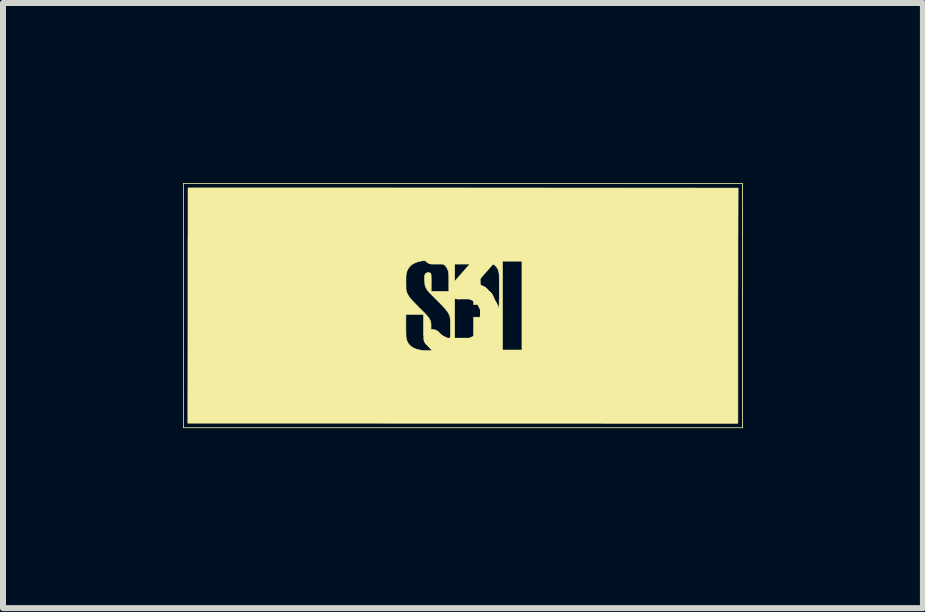
<source format=kicad_pcb>
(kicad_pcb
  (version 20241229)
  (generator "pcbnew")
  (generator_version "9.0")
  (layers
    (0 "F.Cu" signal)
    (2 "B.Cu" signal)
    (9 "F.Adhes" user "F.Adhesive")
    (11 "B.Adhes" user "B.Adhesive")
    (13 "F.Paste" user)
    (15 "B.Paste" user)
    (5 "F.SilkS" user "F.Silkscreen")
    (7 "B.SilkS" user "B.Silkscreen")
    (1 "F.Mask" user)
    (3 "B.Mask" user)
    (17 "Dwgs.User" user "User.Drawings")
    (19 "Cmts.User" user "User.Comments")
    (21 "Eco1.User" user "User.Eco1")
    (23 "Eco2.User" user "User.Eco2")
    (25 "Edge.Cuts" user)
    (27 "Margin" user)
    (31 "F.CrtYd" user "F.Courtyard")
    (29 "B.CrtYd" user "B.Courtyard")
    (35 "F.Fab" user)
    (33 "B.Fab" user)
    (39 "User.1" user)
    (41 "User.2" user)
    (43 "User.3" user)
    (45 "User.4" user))
  (footprint "3"
    (layer "F.Cu")
    (at 4.665 2.042)
    (property "Reference" "3" (at 0 0 0) (layer "F.SilkS") (effects (font (size 1.524 1.524) (thickness 0.3))))
    (attr through_hole)
    (fp_poly (pts (xy 4.663 2.039) (xy -4.66 2.039) (xy -4.66 -2.034) (xy -4.658 -2.034) (xy -4.658 2.037) (xy 4.66 2.037) (xy 4.66 -2.034) (xy -4.658 -2.034) (xy -4.66 -2.034) (xy -4.66 -2.037) (xy 4.663 -2.037) (xy 4.663 2.039)) (stroke (width 0.01) (type solid)) (fill yes) (layer "F.SilkS"))
    (fp_poly (pts (xy 0.19 -0.528) (xy 0.201 -0.527) (xy 0.215 -0.525) (xy 0.229 -0.522) (xy 0.242 -0.519) (xy 0.25 -0.516) (xy 0.264 -0.508) (xy 0.275 -0.496) (xy 0.284 -0.482) (xy 0.286 -0.477) (xy 0.286 -0.472) (xy 0.287 -0.462) (xy 0.288 -0.448) (xy 0.288 -0.43) (xy 0.289 -0.41) (xy 0.289 -0.387) (xy 0.29 -0.361) (xy 0.29 -0.335) (xy 0.29 -0.307) (xy 0.29 -0.278) (xy 0.29 -0.25) (xy 0.29 -0.221) (xy 0.29 -0.194) (xy 0.289 -0.168) (xy 0.289 -0.144) (xy 0.289 -0.122) (xy 0.288 -0.103) (xy 0.288 -0.087) (xy 0.287 -0.075) (xy 0.286 -0.068) (xy 0.286 -0.066) (xy 0.278 -0.051) (xy 0.266 -0.038) (xy 0.25 -0.028) (xy 0.232 -0.02) (xy 0.21 -0.016) (xy 0.194 -0.015) (xy 0.18 -0.015) (xy 0.18 -0.528) (xy 0.19 -0.528)) (stroke (width 0.01) (type solid)) (fill yes) (layer "F.SilkS"))
    (fp_poly (pts (xy -4.18 -1.96) (xy -4.119 -1.96) (xy -4.054 -1.96) (xy -3.985 -1.96) (xy -3.912 -1.96) (xy -3.835 -1.96) (xy -3.755 -1.96) (xy -3.671 -1.96) (xy -3.584 -1.96) (xy -3.493 -1.96) (xy -3.399 -1.96) (xy -3.302 -1.96) (xy -3.201 -1.96) (xy -3.098 -1.96) (xy -2.991 -1.96) (xy -2.882 -1.96) (xy -2.769 -1.96) (xy -2.654 -1.96) (xy -2.537 -1.96) (xy -2.416 -1.96) (xy -2.294 -1.96) (xy -2.168 -1.96) (xy -2.041 -1.96) (xy -1.911 -1.96) (xy -1.779 -1.96) (xy -1.644 -1.96) (xy -1.508 -1.96) (xy -1.37 -1.96) (xy -1.23 -1.96) (xy -1.088 -1.959) (xy -0.944 -1.959) (xy -0.799 -1.959) (xy -0.652 -1.959) (xy -0.504 -1.959) (xy -0.354 -1.959) (xy -0.203 -1.959) (xy -0.051 -1.959) (xy 0.004 -1.959) (xy 4.588 -1.957) (xy 4.586 -1.397) (xy 4.586 -1.359) (xy 4.586 -1.316) (xy 4.586 -1.269) (xy 4.586 -1.217) (xy 4.585 -1.161) (xy 4.585 -1.101) (xy 4.585 -1.038) (xy 4.585 -0.971) (xy 4.585 -0.901) (xy 4.585 -0.827) (xy 4.585 -0.751) (xy 4.585 -0.673) (xy 4.585 -0.592) (xy 4.585 -0.509) (xy 4.585 -0.425) (xy 4.585 -0.339) (xy 4.584 -0.251) (xy 4.584 -0.162) (xy 4.584 -0.073) (xy 4.584 0.017) (xy 4.584 0.108) (xy 4.584 0.199) (xy 4.584 0.29) (xy 4.584 0.38) (xy 4.584 0.47) (xy 4.584 0.559) (xy 4.584 1.963) (xy 2.566 1.963) (xy 2.464 1.963) (xy 2.357 1.963) (xy 2.246 1.962) (xy 2.131 1.962) (xy 2.011 1.962) (xy 1.888 1.962) (xy 1.761 1.962) (xy 1.631 1.962) (xy 1.497 1.962) (xy 1.361 1.962) (xy 1.223 1.962) (xy 1.082 1.962) (xy 0.939 1.962) (xy 0.795 1.962) (xy 0.649 1.962) (xy 0.501 1.962) (xy 0.353 1.962) (xy 0.204 1.962) (xy 0.054 1.962) (xy -0.096 1.962) (xy -0.246 1.962) (xy -0.395 1.962) (xy -0.544 1.962) (xy -0.692 1.962) (xy -0.84 1.962) (xy -0.985 1.962) (xy -1.13 1.962) (xy -1.272 1.962) (xy -1.413 1.961) (xy -1.551 1.961) (xy -1.686 1.961) (xy -1.819 1.961) (xy -1.949 1.961) (xy -2.018 1.961) (xy -4.584 1.961) (xy -4.582 0.147) (xy -0.95 0.147) (xy -0.95 0.321) (xy -0.95 0.359) (xy -0.95 0.392) (xy -0.95 0.421) (xy -0.949 0.446) (xy -0.949 0.467) (xy -0.948 0.486) (xy -0.948 0.501) (xy -0.947 0.515) (xy -0.946 0.526) (xy -0.945 0.536) (xy -0.944 0.545) (xy -0.942 0.553) (xy -0.941 0.56) (xy -0.93 0.593) (xy -0.916 0.622) (xy -0.898 0.649) (xy -0.875 0.672) (xy -0.849 0.693) (xy -0.818 0.711) (xy -0.783 0.725) (xy -0.744 0.737) (xy -0.74 0.738) (xy -0.723 0.741) (xy -0.703 0.745) (xy -0.682 0.748) (xy -0.661 0.751) (xy -0.644 0.753) (xy -0.631 0.753) (xy -0.614 0.754) (xy -0.594 0.754) (xy -0.572 0.753) (xy -0.55 0.752) (xy -0.528 0.751) (xy -0.508 0.75) (xy -0.491 0.749) (xy -0.477 0.747) (xy -0.476 0.747) (xy -0.445 0.742) (xy -0.137 0.742) (xy 0.18 0.742) (xy 0.18 0.196) (xy 0.251 0.195) (xy 0.298 0.193) (xy 0.34 0.191) (xy 0.378 0.187) (xy 0.412 0.182) (xy 0.442 0.175) (xy 0.469 0.168) (xy 0.493 0.158) (xy 0.513 0.148) (xy 0.531 0.135) (xy 0.547 0.121) (xy 0.56 0.105) (xy 0.568 0.094) (xy 0.582 0.068) (xy 0.593 0.038) (xy 0.601 0.006) (xy 0.604 -0.015) (xy 0.605 -0.022) (xy 0.605 -0.033) (xy 0.606 -0.048) (xy 0.606 -0.067) (xy 0.606 -0.089) (xy 0.607 -0.115) (xy 0.607 -0.142) (xy 0.607 -0.171) (xy 0.607 -0.202) (xy 0.607 -0.234) (xy 0.607 -0.266) (xy 0.607 -0.299) (xy 0.607 -0.331) (xy 0.607 -0.362) (xy 0.607 -0.392) (xy 0.607 -0.42) (xy 0.606 -0.446) (xy 0.606 -0.47) (xy 0.606 -0.49) (xy 0.605 -0.507) (xy 0.605 -0.519) (xy 0.604 -0.528) (xy 0.604 -0.53) (xy 0.598 -0.564) (xy 0.588 -0.595) (xy 0.575 -0.622) (xy 0.558 -0.646) (xy 0.539 -0.667) (xy 0.516 -0.683) (xy 0.504 -0.689) (xy 0.474 -0.702) (xy 0.439 -0.713) (xy 0.399 -0.722) (xy 0.355 -0.729) (xy 0.305 -0.734) (xy 0.277 -0.737) (xy 0.267 -0.737) (xy 0.253 -0.737) (xy 0.235 -0.738) (xy 0.213 -0.738) (xy 0.189 -0.738) (xy 0.162 -0.739) (xy 0.133 -0.739) (xy 0.102 -0.739) (xy 0.071 -0.739) (xy 0.049 -0.739) (xy -0.137 -0.739) (xy 0.66 -0.739) (xy 0.66 0.742) (xy 0.985 0.742) (xy 0.985 -0.739) (xy 0.66 -0.739) (xy -0.137 -0.739) (xy -0.137 0.742) (xy -0.445 0.742) (xy -0.443 0.741) (xy -0.414 0.734) (xy -0.387 0.726) (xy -0.383 0.725) (xy -0.348 0.71) (xy -0.316 0.691) (xy -0.288 0.67) (xy -0.264 0.645) (xy -0.244 0.618) (xy -0.229 0.587) (xy -0.217 0.555) (xy -0.216 0.551) (xy -0.214 0.541) (xy -0.212 0.532) (xy -0.21 0.523) (xy -0.209 0.513) (xy -0.208 0.501) (xy -0.207 0.488) (xy -0.207 0.473) (xy -0.206 0.454) (xy -0.206 0.433) (xy -0.206 0.407) (xy -0.206 0.377) (xy -0.206 0.367) (xy -0.206 0.333) (xy -0.206 0.304) (xy -0.206 0.278) (xy -0.207 0.256) (xy -0.208 0.237) (xy -0.21 0.221) (xy -0.212 0.207) (xy -0.214 0.194) (xy -0.217 0.182) (xy -0.221 0.17) (xy -0.226 0.159) (xy -0.231 0.147) (xy -0.236 0.136) (xy -0.242 0.125) (xy -0.248 0.114) (xy -0.255 0.103) (xy -0.264 0.092) (xy -0.273 0.079) (xy -0.284 0.065) (xy -0.297 0.05) (xy -0.312 0.034) (xy -0.33 0.015) (xy -0.35 -0.006) (xy -0.372 -0.029) (xy -0.398 -0.055) (xy -0.427 -0.085) (xy -0.448 -0.105) (xy -0.476 -0.133) (xy -0.501 -0.158) (xy -0.523 -0.181) (xy -0.542 -0.2) (xy -0.557 -0.216) (xy -0.569 -0.229) (xy -0.577 -0.239) (xy -0.581 -0.244) (xy -0.597 -0.265) (xy -0.609 -0.285) (xy -0.618 -0.303) (xy -0.625 -0.322) (xy -0.625 -0.322) (xy -0.628 -0.329) (xy -0.63 -0.335) (xy -0.631 -0.342) (xy -0.632 -0.35) (xy -0.633 -0.36) (xy -0.634 -0.373) (xy -0.635 -0.389) (xy -0.636 -0.407) (xy -0.638 -0.434) (xy -0.638 -0.457) (xy -0.638 -0.476) (xy -0.637 -0.492) (xy -0.634 -0.505) (xy -0.631 -0.515) (xy -0.626 -0.524) (xy -0.621 -0.531) (xy -0.616 -0.535) (xy -0.605 -0.542) (xy -0.591 -0.547) (xy -0.575 -0.548) (xy -0.561 -0.546) (xy -0.548 -0.541) (xy -0.546 -0.54) (xy -0.542 -0.538) (xy -0.539 -0.535) (xy -0.536 -0.533) (xy -0.534 -0.53) (xy -0.533 -0.525) (xy -0.531 -0.519) (xy -0.53 -0.512) (xy -0.529 -0.502) (xy -0.529 -0.489) (xy -0.529 -0.473) (xy -0.528 -0.453) (xy -0.528 -0.43) (xy -0.528 -0.402) (xy -0.528 -0.375) (xy -0.528 -0.234) (xy -0.234 -0.234) (xy -0.234 -0.378) (xy -0.234 -0.412) (xy -0.234 -0.441) (xy -0.234 -0.465) (xy -0.234 -0.486) (xy -0.235 -0.504) (xy -0.235 -0.519) (xy -0.236 -0.532) (xy -0.237 -0.543) (xy -0.239 -0.552) (xy -0.24 -0.561) (xy -0.242 -0.569) (xy -0.245 -0.577) (xy -0.247 -0.584) (xy -0.259 -0.615) (xy -0.276 -0.642) (xy -0.296 -0.667) (xy -0.321 -0.688) (xy -0.349 -0.706) (xy -0.381 -0.721) (xy -0.418 -0.733) (xy -0.458 -0.742) (xy -0.488 -0.747) (xy -0.53 -0.75) (xy -0.575 -0.751) (xy -0.619 -0.75) (xy -0.662 -0.746) (xy -0.704 -0.74) (xy -0.737 -0.733) (xy -0.774 -0.721) (xy -0.807 -0.707) (xy -0.837 -0.691) (xy -0.864 -0.67) (xy -0.885 -0.649) (xy -0.903 -0.628) (xy -0.917 -0.605) (xy -0.929 -0.58) (xy -0.938 -0.551) (xy -0.943 -0.533) (xy -0.944 -0.527) (xy -0.945 -0.521) (xy -0.946 -0.515) (xy -0.947 -0.508) (xy -0.947 -0.5) (xy -0.948 -0.49) (xy -0.948 -0.479) (xy -0.948 -0.464) (xy -0.948 -0.446) (xy -0.949 -0.424) (xy -0.949 -0.398) (xy -0.949 -0.387) (xy -0.949 -0.359) (xy -0.948 -0.335) (xy -0.948 -0.316) (xy -0.948 -0.3) (xy -0.948 -0.287) (xy -0.948 -0.277) (xy -0.947 -0.268) (xy -0.946 -0.262) (xy -0.945 -0.256) (xy -0.944 -0.251) (xy -0.944 -0.248) (xy -0.936 -0.22) (xy -0.925 -0.194) (xy -0.912 -0.169) (xy -0.894 -0.142) (xy -0.877 -0.12) (xy -0.869 -0.11) (xy -0.857 -0.097) (xy -0.843 -0.081) (xy -0.826 -0.064) (xy -0.808 -0.044) (xy -0.788 -0.024) (xy -0.768 -0.003) (xy -0.747 0.018) (xy -0.727 0.039) (xy -0.707 0.058) (xy -0.688 0.077) (xy -0.681 0.084) (xy -0.653 0.111) (xy -0.629 0.135) (xy -0.609 0.157) (xy -0.591 0.178) (xy -0.576 0.196) (xy -0.564 0.214) (xy -0.554 0.231) (xy -0.547 0.245) (xy -0.543 0.253) (xy -0.54 0.261) (xy -0.538 0.268) (xy -0.535 0.276) (xy -0.534 0.284) (xy -0.533 0.294) (xy -0.532 0.306) (xy -0.531 0.321) (xy -0.531 0.338) (xy -0.531 0.36) (xy -0.531 0.385) (xy -0.531 0.398) (xy -0.531 0.424) (xy -0.531 0.445) (xy -0.531 0.462) (xy -0.531 0.475) (xy -0.531 0.486) (xy -0.532 0.494) (xy -0.532 0.5) (xy -0.533 0.504) (xy -0.534 0.507) (xy -0.535 0.51) (xy -0.537 0.513) (xy -0.542 0.522) (xy -0.55 0.528) (xy -0.555 0.531) (xy -0.562 0.534) (xy -0.568 0.536) (xy -0.576 0.537) (xy -0.586 0.537) (xy -0.593 0.537) (xy -0.605 0.537) (xy -0.614 0.536) (xy -0.62 0.535) (xy -0.626 0.533) (xy -0.63 0.531) (xy -0.641 0.522) (xy -0.649 0.512) (xy -0.653 0.501) (xy -0.653 0.497) (xy -0.654 0.488) (xy -0.654 0.475) (xy -0.654 0.459) (xy -0.655 0.439) (xy -0.655 0.416) (xy -0.655 0.39) (xy -0.655 0.363) (xy -0.655 0.334) (xy -0.655 0.319) (xy -0.655 0.147) (xy -0.95 0.147) (xy -4.582 0.147) (xy -4.582 0.001) (xy -4.582 -0.099) (xy -4.582 -0.197) (xy -4.582 -0.294) (xy -4.582 -0.39) (xy -4.582 -0.484) (xy -4.582 -0.576) (xy -4.582 -0.666) (xy -4.582 -0.754) (xy -4.582 -0.841) (xy -4.582 -0.925) (xy -4.582 -1.006) (xy -4.582 -1.085) (xy -4.581 -1.162) (xy -4.581 -1.236) (xy -4.581 -1.307) (xy -4.581 -1.375) (xy -4.581 -1.44) (xy -4.581 -1.501) (xy -4.581 -1.56) (xy -4.581 -1.615) (xy -4.581 -1.666) (xy -4.581 -1.714) (xy -4.581 -1.758) (xy -4.581 -1.797) (xy -4.581 -1.833) (xy -4.581 -1.865) (xy -4.581 -1.892) (xy -4.581 -1.915) (xy -4.581 -1.933) (xy -4.581 -1.947) (xy -4.58 -1.956) (xy -4.58 -1.96) (xy -4.58 -1.96) (xy -4.578 -1.96) (xy -4.57 -1.96) (xy -4.558 -1.96) (xy -4.541 -1.96) (xy -4.519 -1.96) (xy -4.492 -1.96) (xy -4.46 -1.96) (xy -4.425 -1.96) (xy -4.384 -1.96) (xy -4.34 -1.96) (xy -4.291 -1.96) (xy -4.238 -1.96) (xy -4.18 -1.96)) (stroke (width 0.01) (type solid)) (fill yes) (layer "F.SilkS")))
  (gr_rect
    (start -3 -3)
    (end 12.333 7.086)
    (stroke (width 0.1) (type default))
    (fill no)
    (layer "Edge.Cuts")))
</source>
